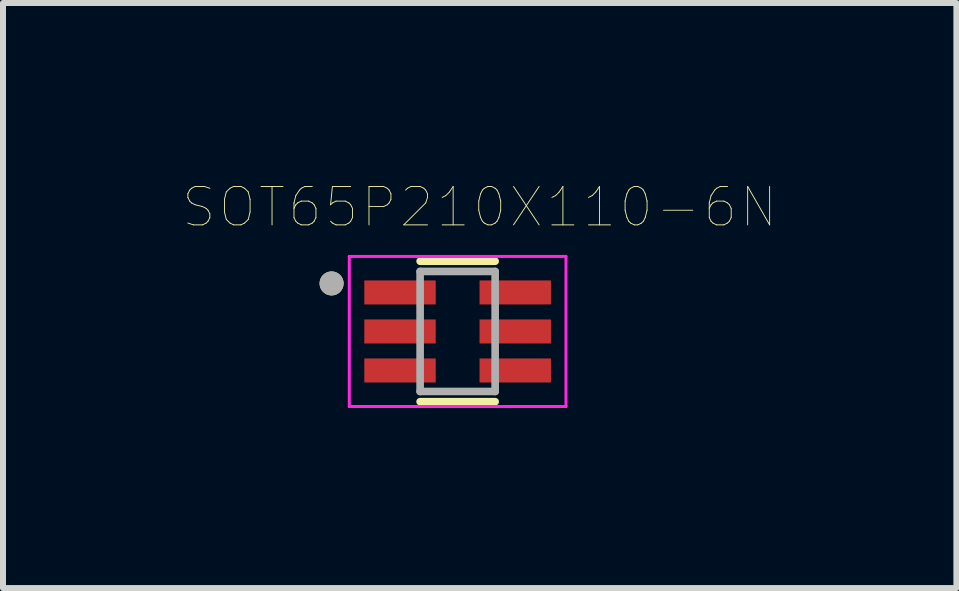
<source format=kicad_pcb>
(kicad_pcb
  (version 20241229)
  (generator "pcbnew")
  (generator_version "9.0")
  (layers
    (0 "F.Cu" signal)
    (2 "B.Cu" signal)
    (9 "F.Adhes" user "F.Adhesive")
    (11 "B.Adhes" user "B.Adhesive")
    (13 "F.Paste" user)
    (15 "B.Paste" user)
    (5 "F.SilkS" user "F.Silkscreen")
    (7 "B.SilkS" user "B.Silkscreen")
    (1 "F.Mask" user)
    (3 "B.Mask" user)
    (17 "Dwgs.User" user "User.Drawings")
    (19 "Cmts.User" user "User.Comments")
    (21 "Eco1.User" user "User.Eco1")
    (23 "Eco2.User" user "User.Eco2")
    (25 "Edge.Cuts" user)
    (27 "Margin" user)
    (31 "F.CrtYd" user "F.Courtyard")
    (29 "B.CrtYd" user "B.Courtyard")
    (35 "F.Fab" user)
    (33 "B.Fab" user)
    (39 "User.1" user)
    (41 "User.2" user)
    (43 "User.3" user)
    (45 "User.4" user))
  (footprint "SOT65P210X110-6N"
    (layer "F.Cu")
    (at 4.574 2.472)
    (property "Reference" "SOT65P210X110-6N" (at 0.367 -2.071 0) (layer "F.SilkS") (effects (font (size 0.64 0.64) (thickness 0.015))))
    (attr through_hole)
    (fp_line (start -0.625 -1.17) (end 0.625 -1.17) (stroke (width 0.127) (type solid)) (layer "F.SilkS"))
    (fp_line (start -0.625 1.17) (end 0.625 1.17) (stroke (width 0.127) (type solid)) (layer "F.SilkS"))
    (fp_circle (center -2.1 -0.8) (end -2 -0.8) (stroke (width 0.2) (type solid)) (fill no) (layer "F.SilkS"))
    (fp_line (start -1.805 -1.25) (end -1.805 1.25) (stroke (width 0.05) (type solid)) (layer "F.CrtYd"))
    (fp_line (start -1.805 -1.25) (end 1.805 -1.25) (stroke (width 0.05) (type solid)) (layer "F.CrtYd"))
    (fp_line (start -1.805 1.25) (end 1.805 1.25) (stroke (width 0.05) (type solid)) (layer "F.CrtYd"))
    (fp_line (start 1.805 -1.25) (end 1.805 1.25) (stroke (width 0.05) (type solid)) (layer "F.CrtYd"))
    (fp_line (start -0.625 -1) (end -0.625 1) (stroke (width 0.127) (type solid)) (layer "F.Fab"))
    (fp_line (start -0.625 -1) (end 0.625 -1) (stroke (width 0.127) (type solid)) (layer "F.Fab"))
    (fp_line (start -0.625 1) (end 0.625 1) (stroke (width 0.127) (type solid)) (layer "F.Fab"))
    (fp_line (start 0.625 -1) (end 0.625 1) (stroke (width 0.127) (type solid)) (layer "F.Fab"))
    (fp_circle (center -2.1 -0.8) (end -2 -0.8) (stroke (width 0.2) (type solid)) (fill no) (layer "F.Fab"))
    (pad "1" smd rect (at -0.96 -0.65) (size 1.19 0.4) (layers "F.Cu" "F.Mask" "F.Paste"))
    (pad "2" smd rect (at -0.96 0) (size 1.19 0.4) (layers "F.Cu" "F.Mask" "F.Paste"))
    (pad "3" smd rect (at -0.96 0.65) (size 1.19 0.4) (layers "F.Cu" "F.Mask" "F.Paste"))
    (pad "4" smd rect (at 0.96 0.65) (size 1.19 0.4) (layers "F.Cu" "F.Mask" "F.Paste"))
    (pad "5" smd rect (at 0.96 0) (size 1.19 0.4) (layers "F.Cu" "F.Mask" "F.Paste"))
    (pad "6" smd rect (at 0.96 -0.65) (size 1.19 0.4) (layers "F.Cu" "F.Mask" "F.Paste")))
  (gr_rect
    (start -3 -3)
    (end 12.883 6.747)
    (stroke (width 0.1) (type default))
    (fill no)
    (layer "Edge.Cuts")))
</source>
